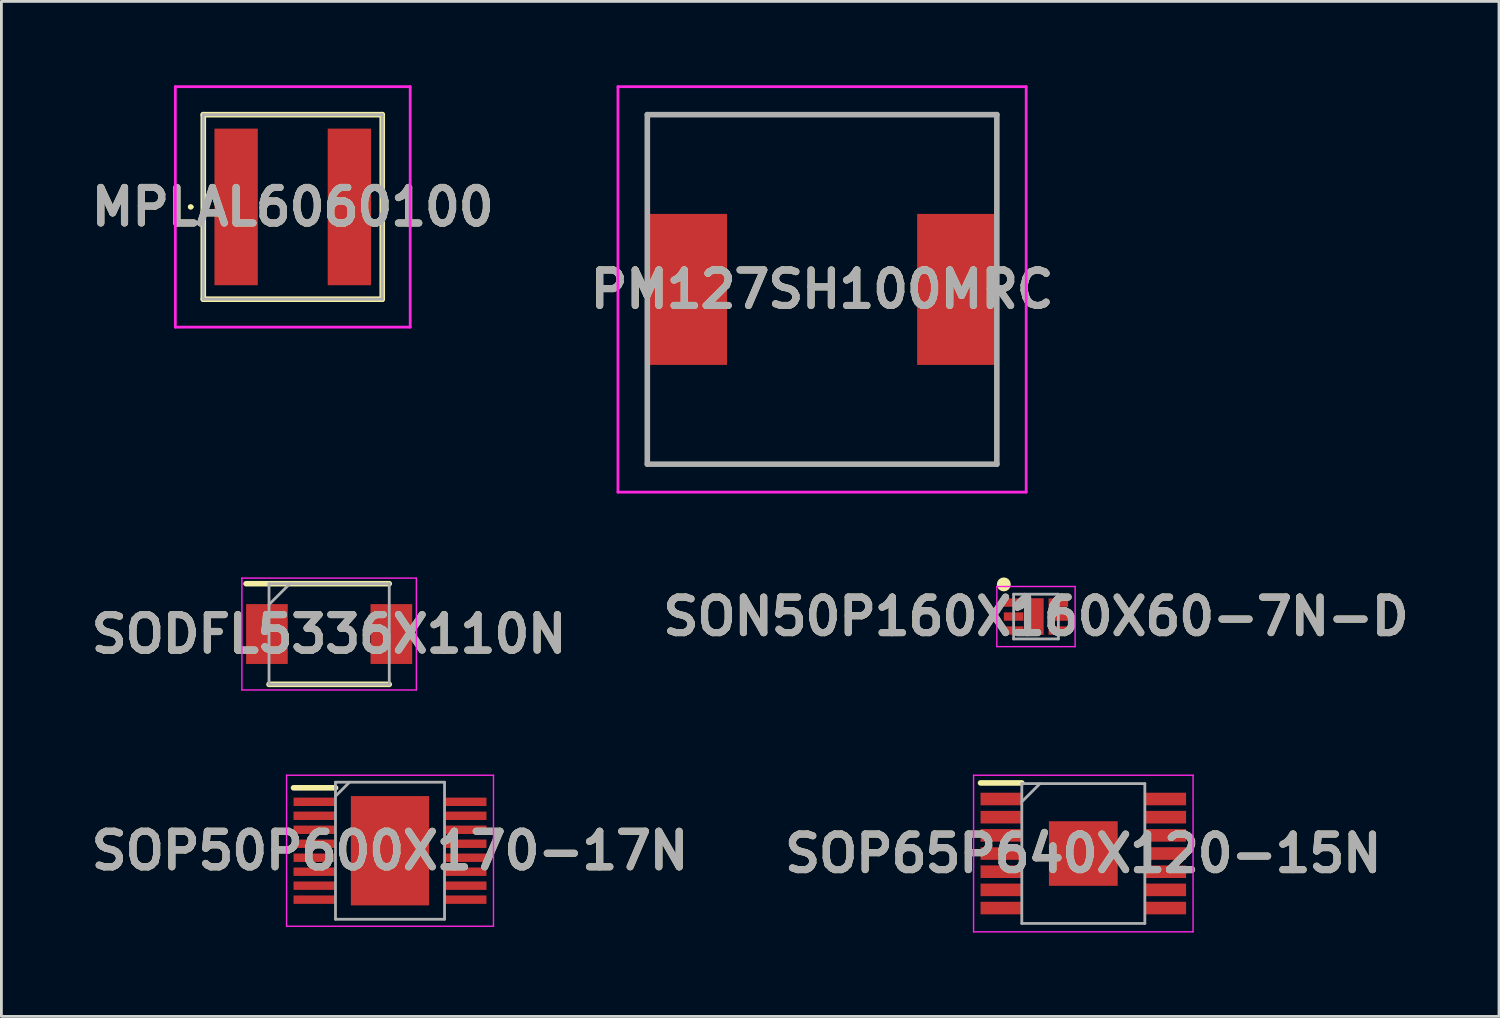
<source format=kicad_pcb>
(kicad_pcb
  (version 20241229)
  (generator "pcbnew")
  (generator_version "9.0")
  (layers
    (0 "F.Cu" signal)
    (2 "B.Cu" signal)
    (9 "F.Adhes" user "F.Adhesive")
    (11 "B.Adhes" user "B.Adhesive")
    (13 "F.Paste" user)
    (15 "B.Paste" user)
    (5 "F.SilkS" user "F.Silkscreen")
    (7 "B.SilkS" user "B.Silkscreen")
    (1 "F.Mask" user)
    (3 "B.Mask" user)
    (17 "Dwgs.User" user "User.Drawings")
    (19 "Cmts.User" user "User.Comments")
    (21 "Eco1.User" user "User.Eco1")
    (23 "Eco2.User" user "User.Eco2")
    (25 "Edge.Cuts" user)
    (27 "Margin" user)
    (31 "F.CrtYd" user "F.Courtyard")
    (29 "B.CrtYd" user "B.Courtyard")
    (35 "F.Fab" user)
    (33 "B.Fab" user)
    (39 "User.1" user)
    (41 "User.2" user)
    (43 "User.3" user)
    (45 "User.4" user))
  (footprint "SOP50P600X170-17N"
    (layer "F.Cu")
    (at 10.898 27.375)
    (property "Reference" "SOP50P600X170-17N" (at 0 0 0) (layer "F.SilkS") (effects (font (size 1.27 1.27) (thickness 0.254))))
    (attr smd)
    (fp_line (start -3.45 -2.25) (end -1.95 -2.25) (stroke (width 0.2) (type solid)) (layer "F.SilkS"))
    (fp_line (start -3.7 -2.7) (end 3.7 -2.7) (stroke (width 0.05) (type solid)) (layer "F.CrtYd"))
    (fp_line (start -3.7 2.7) (end -3.7 -2.7) (stroke (width 0.05) (type solid)) (layer "F.CrtYd"))
    (fp_line (start 3.7 -2.7) (end 3.7 2.7) (stroke (width 0.05) (type solid)) (layer "F.CrtYd"))
    (fp_line (start 3.7 2.7) (end -3.7 2.7) (stroke (width 0.05) (type solid)) (layer "F.CrtYd"))
    (fp_line (start -1.95 -2.45) (end 1.95 -2.45) (stroke (width 0.1) (type solid)) (layer "F.Fab"))
    (fp_line (start -1.95 -1.95) (end -1.45 -2.45) (stroke (width 0.1) (type solid)) (layer "F.Fab"))
    (fp_line (start -1.95 2.45) (end -1.95 -2.45) (stroke (width 0.1) (type solid)) (layer "F.Fab"))
    (fp_line (start 1.95 -2.45) (end 1.95 2.45) (stroke (width 0.1) (type solid)) (layer "F.Fab"))
    (fp_line (start 1.95 2.45) (end -1.95 2.45) (stroke (width 0.1) (type solid)) (layer "F.Fab"))
    (fp_text user "${REFERENCE}" (at 0 0 0) (layer "F.Fab") (effects (font (size 1.27 1.27) (thickness 0.254))))
    (pad "1" smd rect (at -2.7 -1.75 90) (size 0.3 1.5) (layers "F.Cu" "F.Mask" "F.Paste"))
    (pad "2" smd rect (at -2.7 -1.25 90) (size 0.3 1.5) (layers "F.Cu" "F.Mask" "F.Paste"))
    (pad "3" smd rect (at -2.7 -0.75 90) (size 0.3 1.5) (layers "F.Cu" "F.Mask" "F.Paste"))
    (pad "4" smd rect (at -2.7 -0.25 90) (size 0.3 1.5) (layers "F.Cu" "F.Mask" "F.Paste"))
    (pad "5" smd rect (at -2.7 0.25 90) (size 0.3 1.5) (layers "F.Cu" "F.Mask" "F.Paste"))
    (pad "6" smd rect (at -2.7 0.75 90) (size 0.3 1.5) (layers "F.Cu" "F.Mask" "F.Paste"))
    (pad "7" smd rect (at -2.7 1.25 90) (size 0.3 1.5) (layers "F.Cu" "F.Mask" "F.Paste"))
    (pad "8" smd rect (at -2.7 1.75 90) (size 0.3 1.5) (layers "F.Cu" "F.Mask" "F.Paste"))
    (pad "9" smd rect (at 2.7 1.75 90) (size 0.3 1.5) (layers "F.Cu" "F.Mask" "F.Paste"))
    (pad "10" smd rect (at 2.7 1.25 90) (size 0.3 1.5) (layers "F.Cu" "F.Mask" "F.Paste"))
    (pad "11" smd rect (at 2.7 0.75 90) (size 0.3 1.5) (layers "F.Cu" "F.Mask" "F.Paste"))
    (pad "12" smd rect (at 2.7 0.25 90) (size 0.3 1.5) (layers "F.Cu" "F.Mask" "F.Paste"))
    (pad "13" smd rect (at 2.7 -0.25 90) (size 0.3 1.5) (layers "F.Cu" "F.Mask" "F.Paste"))
    (pad "14" smd rect (at 2.7 -0.75 90) (size 0.3 1.5) (layers "F.Cu" "F.Mask" "F.Paste"))
    (pad "15" smd rect (at 2.7 -1.25 90) (size 0.3 1.5) (layers "F.Cu" "F.Mask" "F.Paste"))
    (pad "16" smd rect (at 2.7 -1.75 90) (size 0.3 1.5) (layers "F.Cu" "F.Mask" "F.Paste"))
    (pad "17" smd rect (at 0 0) (size 2.8 3.91) (layers "F.Cu" "F.Mask" "F.Paste")))
  (footprint "SODFL5336X110N"
    (layer "F.Cu")
    (at 8.721 19.625)
    (property "Reference" "SODFL5336X110N" (at 0 0 0) (layer "F.SilkS") (effects (font (size 1.27 1.27) (thickness 0.254))))
    (attr smd)
    (fp_line (start -2.97 -1.8) (end 2.15 -1.8) (stroke (width 0.2) (type solid)) (layer "F.SilkS"))
    (fp_line (start -2.15 1.8) (end 2.15 1.8) (stroke (width 0.2) (type solid)) (layer "F.SilkS"))
    (fp_line (start -3.12 -2) (end 3.12 -2) (stroke (width 0.05) (type solid)) (layer "F.CrtYd"))
    (fp_line (start -3.12 2) (end -3.12 -2) (stroke (width 0.05) (type solid)) (layer "F.CrtYd"))
    (fp_line (start 3.12 -2) (end 3.12 2) (stroke (width 0.05) (type solid)) (layer "F.CrtYd"))
    (fp_line (start 3.12 2) (end -3.12 2) (stroke (width 0.05) (type solid)) (layer "F.CrtYd"))
    (fp_line (start -2.15 -1.8) (end 2.15 -1.8) (stroke (width 0.1) (type solid)) (layer "F.Fab"))
    (fp_line (start -2.15 -1.055) (end -1.405 -1.8) (stroke (width 0.1) (type solid)) (layer "F.Fab"))
    (fp_line (start -2.15 1.8) (end -2.15 -1.8) (stroke (width 0.1) (type solid)) (layer "F.Fab"))
    (fp_line (start 2.15 -1.8) (end 2.15 1.8) (stroke (width 0.1) (type solid)) (layer "F.Fab"))
    (fp_line (start 2.15 1.8) (end -2.15 1.8) (stroke (width 0.1) (type solid)) (layer "F.Fab"))
    (fp_text user "${REFERENCE}" (at 0 0 0) (layer "F.Fab") (effects (font (size 1.27 1.27) (thickness 0.254))))
    (pad "1" smd rect (at -2.225 0) (size 1.49 2.14) (layers "F.Cu" "F.Mask" "F.Paste"))
    (pad "2" smd rect (at 2.225 0) (size 1.49 2.14) (layers "F.Cu" "F.Mask" "F.Paste")))
  (footprint "MPLAL6060100"
    (layer "F.Cu")
    (at 7.42 4.35)
    (property "Reference" "MPLAL6060100" (at 0 0 0) (layer "F.SilkS") (effects (font (size 1.27 1.27) (thickness 0.254))))
    (attr smd)
    (fp_line (start -3.7 0) (end -3.7 0) (stroke (width 0.1) (type solid)) (layer "F.SilkS"))
    (fp_line (start -3.6 0) (end -3.6 0) (stroke (width 0.1) (type solid)) (layer "F.SilkS"))
    (fp_line (start -3.2 -3.3) (end 3.2 -3.3) (stroke (width 0.2) (type solid)) (layer "F.SilkS"))
    (fp_line (start -3.2 3.3) (end -3.2 -3.3) (stroke (width 0.2) (type solid)) (layer "F.SilkS"))
    (fp_line (start 3.2 -3.3) (end 3.2 3.3) (stroke (width 0.2) (type solid)) (layer "F.SilkS"))
    (fp_line (start 3.2 3.3) (end -3.2 3.3) (stroke (width 0.2) (type solid)) (layer "F.SilkS"))
    (fp_arc (start -3.7 0) (mid -3.65 -0.05) (end -3.6 0) (stroke (width 0.1) (type solid)) (layer "F.SilkS"))
    (fp_arc (start -3.6 0) (mid -3.65 0.05) (end -3.7 0) (stroke (width 0.1) (type solid)) (layer "F.SilkS"))
    (fp_line (start -4.2 -4.3) (end 4.2 -4.3) (stroke (width 0.1) (type solid)) (layer "F.CrtYd"))
    (fp_line (start -4.2 4.3) (end -4.2 -4.3) (stroke (width 0.1) (type solid)) (layer "F.CrtYd"))
    (fp_line (start 4.2 -4.3) (end 4.2 4.3) (stroke (width 0.1) (type solid)) (layer "F.CrtYd"))
    (fp_line (start 4.2 4.3) (end -4.2 4.3) (stroke (width 0.1) (type solid)) (layer "F.CrtYd"))
    (fp_line (start -3.2 -3.3) (end 3.2 -3.3) (stroke (width 0.1) (type solid)) (layer "F.Fab"))
    (fp_line (start -3.2 3.3) (end -3.2 -3.3) (stroke (width 0.1) (type solid)) (layer "F.Fab"))
    (fp_line (start 3.2 -3.3) (end 3.2 3.3) (stroke (width 0.1) (type solid)) (layer "F.Fab"))
    (fp_line (start 3.2 3.3) (end -3.2 3.3) (stroke (width 0.1) (type solid)) (layer "F.Fab"))
    (fp_text user "${REFERENCE}" (at 0 0 0) (layer "F.Fab") (effects (font (size 1.27 1.27) (thickness 0.254))))
    (pad "1" smd rect (at -2.025 0) (size 1.55 5.6) (layers "F.Cu" "F.Mask" "F.Paste"))
    (pad "2" smd rect (at 2.025 0) (size 1.55 5.6) (layers "F.Cu" "F.Mask" "F.Paste")))
  (footprint "SOP65P640X120-15N"
    (layer "F.Cu")
    (at 35.693 27.475)
    (property "Reference" "SOP65P640X120-15N" (at 0 0 0) (layer "F.SilkS") (effects (font (size 1.27 1.27) (thickness 0.254))))
    (attr smd)
    (fp_line (start -3.675 -2.525) (end -2.2 -2.525) (stroke (width 0.2) (type solid)) (layer "F.SilkS"))
    (fp_line (start -3.925 -2.8) (end 3.925 -2.8) (stroke (width 0.05) (type solid)) (layer "F.CrtYd"))
    (fp_line (start -3.925 2.8) (end -3.925 -2.8) (stroke (width 0.05) (type solid)) (layer "F.CrtYd"))
    (fp_line (start 3.925 -2.8) (end 3.925 2.8) (stroke (width 0.05) (type solid)) (layer "F.CrtYd"))
    (fp_line (start 3.925 2.8) (end -3.925 2.8) (stroke (width 0.05) (type solid)) (layer "F.CrtYd"))
    (fp_line (start -2.2 -2.5) (end 2.2 -2.5) (stroke (width 0.1) (type solid)) (layer "F.Fab"))
    (fp_line (start -2.2 -1.85) (end -1.55 -2.5) (stroke (width 0.1) (type solid)) (layer "F.Fab"))
    (fp_line (start -2.2 2.5) (end -2.2 -2.5) (stroke (width 0.1) (type solid)) (layer "F.Fab"))
    (fp_line (start 2.2 -2.5) (end 2.2 2.5) (stroke (width 0.1) (type solid)) (layer "F.Fab"))
    (fp_line (start 2.2 2.5) (end -2.2 2.5) (stroke (width 0.1) (type solid)) (layer "F.Fab"))
    (fp_text user "${REFERENCE}" (at 0 0 0) (layer "F.Fab") (effects (font (size 1.27 1.27) (thickness 0.254))))
    (pad "1" smd rect (at -2.938 -1.95 90) (size 0.45 1.475) (layers "F.Cu" "F.Mask" "F.Paste"))
    (pad "2" smd rect (at -2.938 -1.3 90) (size 0.45 1.475) (layers "F.Cu" "F.Mask" "F.Paste"))
    (pad "3" smd rect (at -2.938 -0.65 90) (size 0.45 1.475) (layers "F.Cu" "F.Mask" "F.Paste"))
    (pad "4" smd rect (at -2.938 0 90) (size 0.45 1.475) (layers "F.Cu" "F.Mask" "F.Paste"))
    (pad "5" smd rect (at -2.938 0.65 90) (size 0.45 1.475) (layers "F.Cu" "F.Mask" "F.Paste"))
    (pad "6" smd rect (at -2.938 1.3 90) (size 0.45 1.475) (layers "F.Cu" "F.Mask" "F.Paste"))
    (pad "7" smd rect (at -2.938 1.95 90) (size 0.45 1.475) (layers "F.Cu" "F.Mask" "F.Paste"))
    (pad "8" smd rect (at 2.938 1.95 90) (size 0.45 1.475) (layers "F.Cu" "F.Mask" "F.Paste"))
    (pad "9" smd rect (at 2.938 1.3 90) (size 0.45 1.475) (layers "F.Cu" "F.Mask" "F.Paste"))
    (pad "10" smd rect (at 2.938 0.65 90) (size 0.45 1.475) (layers "F.Cu" "F.Mask" "F.Paste"))
    (pad "11" smd rect (at 2.938 0 90) (size 0.45 1.475) (layers "F.Cu" "F.Mask" "F.Paste"))
    (pad "12" smd rect (at 2.938 -0.65 90) (size 0.45 1.475) (layers "F.Cu" "F.Mask" "F.Paste"))
    (pad "13" smd rect (at 2.938 -1.3 90) (size 0.45 1.475) (layers "F.Cu" "F.Mask" "F.Paste"))
    (pad "14" smd rect (at 2.938 -1.95 90) (size 0.45 1.475) (layers "F.Cu" "F.Mask" "F.Paste"))
    (pad "15" smd rect (at 0 0 90) (size 2.31 2.46) (layers "F.Cu" "F.Mask" "F.Paste")))
  (footprint "SON50P160X160X60-7N-D"
    (layer "F.Cu")
    (at 34 19)
    (property "Reference" "SON50P160X160X60-7N-D" (at 0 0 0) (layer "F.SilkS") (effects (font (size 1.27 1.27) (thickness 0.254))))
    (attr smd)
    (fp_circle (center -1.15 -1.15) (end -1.15 -1.025) (stroke (width 0.25) (type solid)) (fill no) (layer "F.SilkS"))
    (fp_line (start -1.4 -1.075) (end 1.4 -1.075) (stroke (width 0.05) (type solid)) (layer "F.CrtYd"))
    (fp_line (start -1.4 1.075) (end -1.4 -1.075) (stroke (width 0.05) (type solid)) (layer "F.CrtYd"))
    (fp_line (start 1.4 -1.075) (end 1.4 1.075) (stroke (width 0.05) (type solid)) (layer "F.CrtYd"))
    (fp_line (start 1.4 1.075) (end -1.4 1.075) (stroke (width 0.05) (type solid)) (layer "F.CrtYd"))
    (fp_line (start -0.8 -0.8) (end 0.8 -0.8) (stroke (width 0.1) (type solid)) (layer "F.Fab"))
    (fp_line (start -0.8 -0.4) (end -0.4 -0.8) (stroke (width 0.1) (type solid)) (layer "F.Fab"))
    (fp_line (start -0.8 0.8) (end -0.8 -0.8) (stroke (width 0.1) (type solid)) (layer "F.Fab"))
    (fp_line (start 0.8 -0.8) (end 0.8 0.8) (stroke (width 0.1) (type solid)) (layer "F.Fab"))
    (fp_line (start 0.8 0.8) (end -0.8 0.8) (stroke (width 0.1) (type solid)) (layer "F.Fab"))
    (fp_text user "${REFERENCE}" (at 0 0 0) (layer "F.Fab") (effects (font (size 1.27 1.27) (thickness 0.254))))
    (pad "1" smd rect (at -0.8 -0.5 90) (size 0.3 0.7) (layers "F.Cu" "F.Mask" "F.Paste"))
    (pad "2" smd rect (at -0.8 0 90) (size 0.3 0.7) (layers "F.Cu" "F.Mask" "F.Paste"))
    (pad "3" smd rect (at -0.8 0.5 90) (size 0.3 0.7) (layers "F.Cu" "F.Mask" "F.Paste"))
    (pad "4" smd rect (at 0.8 0.5 90) (size 0.3 0.7) (layers "F.Cu" "F.Mask" "F.Paste"))
    (pad "5" smd rect (at 0.8 0 90) (size 0.3 0.7) (layers "F.Cu" "F.Mask" "F.Paste"))
    (pad "6" smd rect (at 0.8 -0.5 90) (size 0.3 0.7) (layers "F.Cu" "F.Mask" "F.Paste"))
    (pad "7" smd rect (at 0 0) (size 0.55 1.31) (layers "F.Cu" "F.Mask" "F.Paste")))
  (footprint "PM127SH100MRC"
    (layer "F.Cu")
    (at 26.35 7.3)
    (property "Reference" "PM127SH100MRC" (at 0 0 0) (layer "F.SilkS") (effects (font (size 1.27 1.27) (thickness 0.254))))
    (attr smd)
    (fp_line (start -6.25 -6.25) (end 6.25 -6.25) (stroke (width 0.1) (type solid)) (layer "F.SilkS"))
    (fp_line (start -6.25 -3.5) (end -6.25 -6.25) (stroke (width 0.1) (type solid)) (layer "F.SilkS"))
    (fp_line (start -6.25 3.5) (end -6.25 6.25) (stroke (width 0.1) (type solid)) (layer "F.SilkS"))
    (fp_line (start -6.25 6.25) (end 6.25 6.25) (stroke (width 0.1) (type solid)) (layer "F.SilkS"))
    (fp_line (start 6.25 -6.25) (end 6.25 -3.5) (stroke (width 0.1) (type solid)) (layer "F.SilkS"))
    (fp_line (start 6.25 6.25) (end 6.25 3.5) (stroke (width 0.1) (type solid)) (layer "F.SilkS"))
    (fp_line (start -7.3 -7.25) (end 7.3 -7.25) (stroke (width 0.1) (type solid)) (layer "F.CrtYd"))
    (fp_line (start -7.3 7.25) (end -7.3 -7.25) (stroke (width 0.1) (type solid)) (layer "F.CrtYd"))
    (fp_line (start 7.3 -7.25) (end 7.3 7.25) (stroke (width 0.1) (type solid)) (layer "F.CrtYd"))
    (fp_line (start 7.3 7.25) (end -7.3 7.25) (stroke (width 0.1) (type solid)) (layer "F.CrtYd"))
    (fp_line (start -6.25 -6.25) (end 6.25 -6.25) (stroke (width 0.2) (type solid)) (layer "F.Fab"))
    (fp_line (start -6.25 6.25) (end -6.25 -6.25) (stroke (width 0.2) (type solid)) (layer "F.Fab"))
    (fp_line (start 6.25 -6.25) (end 6.25 6.25) (stroke (width 0.2) (type solid)) (layer "F.Fab"))
    (fp_line (start 6.25 6.25) (end -6.25 6.25) (stroke (width 0.2) (type solid)) (layer "F.Fab"))
    (fp_text user "${REFERENCE}" (at 0 0 0) (layer "F.Fab") (effects (font (size 1.27 1.27) (thickness 0.254))))
    (pad "1" smd rect (at -4.85 0) (size 2.9 5.4) (layers "F.Cu" "F.Mask" "F.Paste"))
    (pad "2" smd rect (at 4.85 0) (size 2.9 5.4) (layers "F.Cu" "F.Mask" "F.Paste")))
  (gr_rect
    (start -3 -3)
    (end 50.559 33.3)
    (stroke (width 0.1) (type default))
    (fill no)
    (layer "Edge.Cuts")))
</source>
